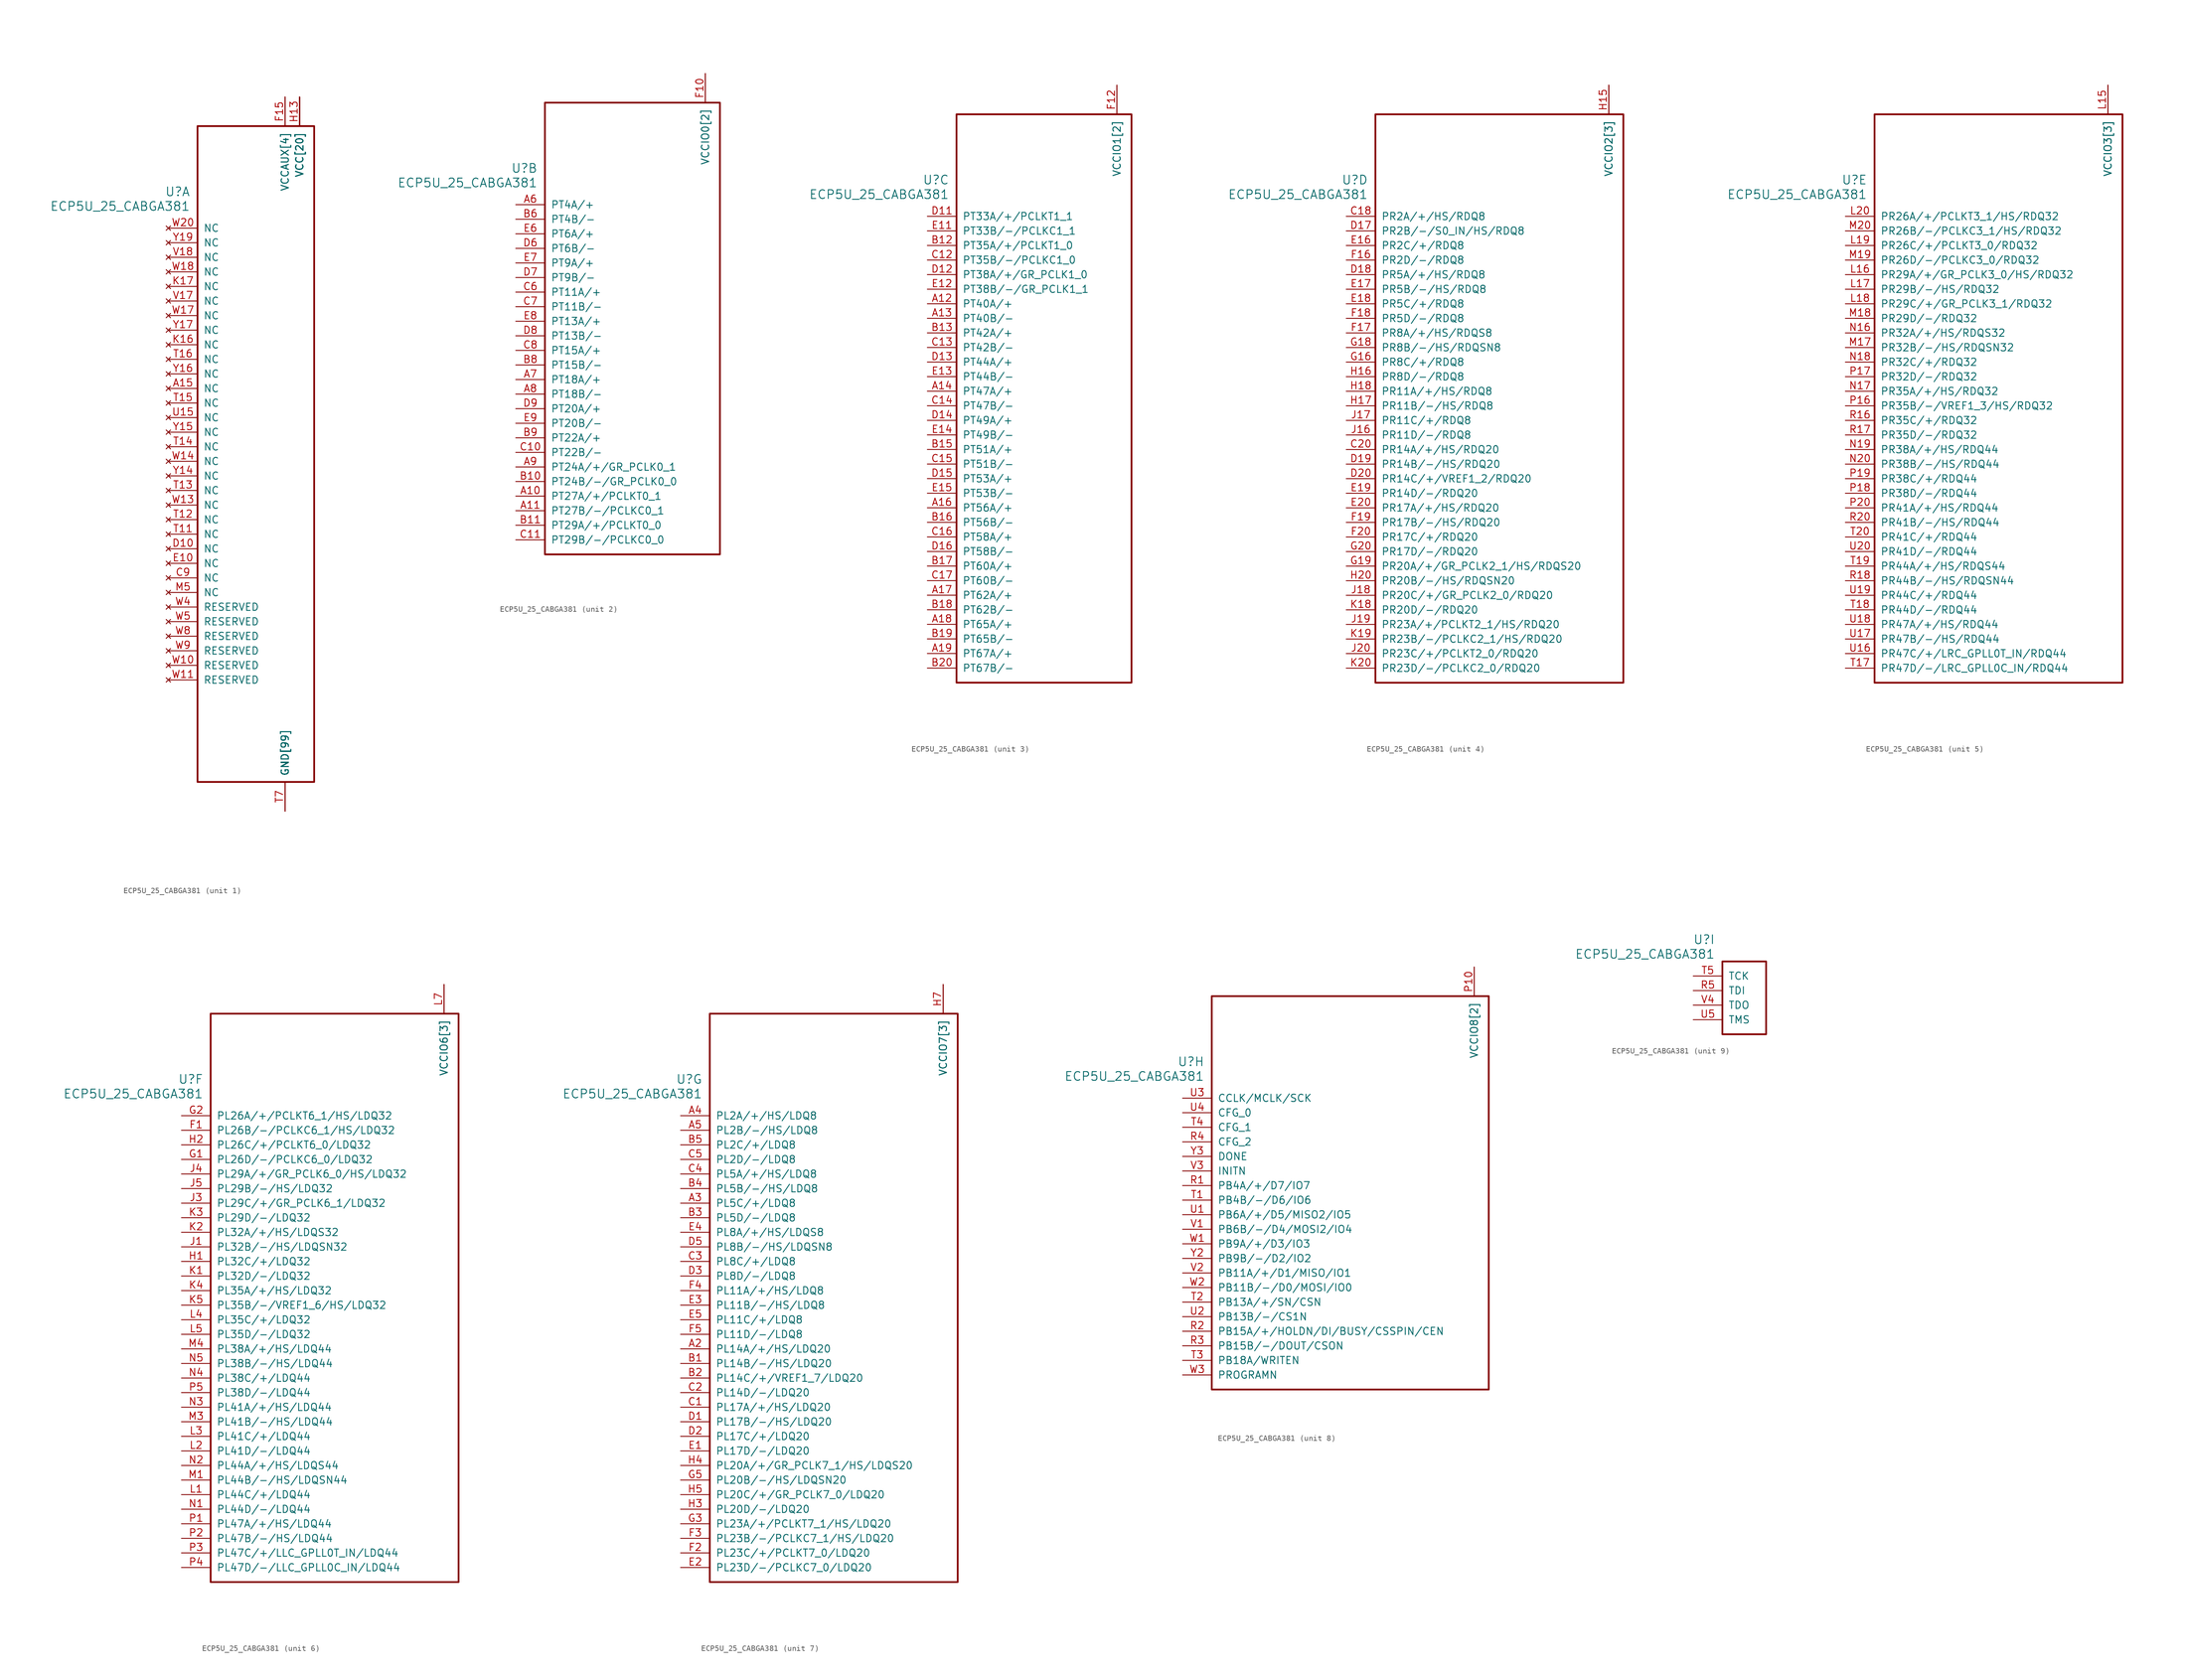
<source format=kicad_sym>
(kicad_symbol_lib
  (version 20231120)
  (generator "kicad_symbol_editor")
  (generator_version "8.0")
  (symbol "ECP5U_25_CABGA381"
    (pin_names
      (offset 1.016))
    (property "Reference" "U"
      (at 3.81 6.35 0)
      (effects (font (size 1.524 1.524)) (justify right)))
    (property "Value" "ECP5U_25_CABGA381"
      (at 3.81 3.81 0)
      (effects (font (size 1.524 1.524)) (justify right)))
    (property "ki_locked" ""
      (at 0 0 0)
      (effects (font (size 1.27 1.27))))
    (symbol "ECP5U_25_CABGA381_1_1"
      (rectangle (start 5.08 17.78) (end 25.4 -96.52) (stroke (width 0.305) (type default)) (fill (type none)))
      (pin no_connect line (at 0 -27.94 0) (length 5.08) (name "NC" (effects (font (size 1.27 1.27)))) (number "A15" (effects (font (size 1.27 1.27)))))
      (pin power_in line (at 20.32 -101.6 90) (length 5.08) (name "GND[99]" (effects (font (size 1.27 1.27)))) (number "B14" (effects (font (size 0 0)))))
      (pin power_in line (at 20.32 -101.6 90) (length 5.08) (name "GND[99]" (effects (font (size 1.27 1.27)))) (number "B7" (effects (font (size 0 0)))))
      (pin power_in line (at 20.32 -101.6 90) (length 5.08) (name "GND[99]" (effects (font (size 1.27 1.27)))) (number "C19" (effects (font (size 0 0)))))
      (pin no_connect line (at 0 -60.96 0) (length 5.08) (name "NC" (effects (font (size 1.27 1.27)))) (number "C9" (effects (font (size 1.27 1.27)))))
      (pin no_connect line (at 0 -55.88 0) (length 5.08) (name "NC" (effects (font (size 1.27 1.27)))) (number "D10" (effects (font (size 1.27 1.27)))))
      (pin power_in line (at 20.32 -101.6 90) (length 5.08) (name "GND[99]" (effects (font (size 1.27 1.27)))) (number "D4" (effects (font (size 0 0)))))
      (pin no_connect line (at 0 -58.42 0) (length 5.08) (name "NC" (effects (font (size 1.27 1.27)))) (number "E10" (effects (font (size 1.27 1.27)))))
      (pin power_in line (at 20.32 -101.6 90) (length 5.08) (name "GND[99]" (effects (font (size 1.27 1.27)))) (number "F13" (effects (font (size 0 0)))))
      (pin power_in line (at 20.32 -101.6 90) (length 5.08) (name "GND[99]" (effects (font (size 1.27 1.27)))) (number "F14" (effects (font (size 0 0)))))
      (pin power_in line (at 20.32 22.86 270) (length 5.08) (name "VCCAUX[4]" (effects (font (size 1.27 1.27)))) (number "F15" (effects (font (size 1.27 1.27)))))
      (pin power_in line (at 20.32 22.86 270) (length 5.08) (name "VCCAUX[4]" (effects (font (size 1.27 1.27)))) (number "F6" (effects (font (size 0 0)))))
      (pin power_in line (at 20.32 -101.6 90) (length 5.08) (name "GND[99]" (effects (font (size 1.27 1.27)))) (number "F7" (effects (font (size 0 0)))))
      (pin power_in line (at 20.32 -101.6 90) (length 5.08) (name "GND[99]" (effects (font (size 1.27 1.27)))) (number "F8" (effects (font (size 0 0)))))
      (pin power_in line (at 20.32 -101.6 90) (length 5.08) (name "GND[99]" (effects (font (size 1.27 1.27)))) (number "G10" (effects (font (size 0 0)))))
      (pin power_in line (at 20.32 -101.6 90) (length 5.08) (name "GND[99]" (effects (font (size 1.27 1.27)))) (number "G11" (effects (font (size 0 0)))))
      (pin power_in line (at 20.32 -101.6 90) (length 5.08) (name "GND[99]" (effects (font (size 1.27 1.27)))) (number "G12" (effects (font (size 0 0)))))
      (pin power_in line (at 20.32 -101.6 90) (length 5.08) (name "GND[99]" (effects (font (size 1.27 1.27)))) (number "G13" (effects (font (size 0 0)))))
      (pin power_in line (at 20.32 -101.6 90) (length 5.08) (name "GND[99]" (effects (font (size 1.27 1.27)))) (number "G14" (effects (font (size 0 0)))))
      (pin power_in line (at 20.32 -101.6 90) (length 5.08) (name "GND[99]" (effects (font (size 1.27 1.27)))) (number "G15" (effects (font (size 0 0)))))
      (pin power_in line (at 20.32 -101.6 90) (length 5.08) (name "GND[99]" (effects (font (size 1.27 1.27)))) (number "G17" (effects (font (size 0 0)))))
      (pin power_in line (at 20.32 -101.6 90) (length 5.08) (name "GND[99]" (effects (font (size 1.27 1.27)))) (number "G4" (effects (font (size 0 0)))))
      (pin power_in line (at 20.32 -101.6 90) (length 5.08) (name "GND[99]" (effects (font (size 1.27 1.27)))) (number "G6" (effects (font (size 0 0)))))
      (pin power_in line (at 20.32 -101.6 90) (length 5.08) (name "GND[99]" (effects (font (size 1.27 1.27)))) (number "G7" (effects (font (size 0 0)))))
      (pin power_in line (at 20.32 -101.6 90) (length 5.08) (name "GND[99]" (effects (font (size 1.27 1.27)))) (number "G8" (effects (font (size 0 0)))))
      (pin power_in line (at 20.32 -101.6 90) (length 5.08) (name "GND[99]" (effects (font (size 1.27 1.27)))) (number "G9" (effects (font (size 0 0)))))
      (pin power_in line (at 22.86 22.86 270) (length 5.08) (name "VCC[20]" (effects (font (size 1.27 1.27)))) (number "H10" (effects (font (size 0 0)))))
      (pin power_in line (at 22.86 22.86 270) (length 5.08) (name "VCC[20]" (effects (font (size 1.27 1.27)))) (number "H11" (effects (font (size 0 0)))))
      (pin power_in line (at 22.86 22.86 270) (length 5.08) (name "VCC[20]" (effects (font (size 1.27 1.27)))) (number "H12" (effects (font (size 0 0)))))
      (pin power_in line (at 22.86 22.86 270) (length 5.08) (name "VCC[20]" (effects (font (size 1.27 1.27)))) (number "H13" (effects (font (size 1.27 1.27)))))
      (pin power_in line (at 20.32 -101.6 90) (length 5.08) (name "GND[99]" (effects (font (size 1.27 1.27)))) (number "H19" (effects (font (size 0 0)))))
      (pin power_in line (at 22.86 22.86 270) (length 5.08) (name "VCC[20]" (effects (font (size 1.27 1.27)))) (number "H8" (effects (font (size 0 0)))))
      (pin power_in line (at 22.86 22.86 270) (length 5.08) (name "VCC[20]" (effects (font (size 1.27 1.27)))) (number "H9" (effects (font (size 0 0)))))
      (pin power_in line (at 20.32 -101.6 90) (length 5.08) (name "GND[99]" (effects (font (size 1.27 1.27)))) (number "J10" (effects (font (size 0 0)))))
      (pin power_in line (at 20.32 -101.6 90) (length 5.08) (name "GND[99]" (effects (font (size 1.27 1.27)))) (number "J11" (effects (font (size 0 0)))))
      (pin power_in line (at 20.32 -101.6 90) (length 5.08) (name "GND[99]" (effects (font (size 1.27 1.27)))) (number "J12" (effects (font (size 0 0)))))
      (pin power_in line (at 22.86 22.86 270) (length 5.08) (name "VCC[20]" (effects (font (size 1.27 1.27)))) (number "J13" (effects (font (size 0 0)))))
      (pin power_in line (at 20.32 -101.6 90) (length 5.08) (name "GND[99]" (effects (font (size 1.27 1.27)))) (number "J14" (effects (font (size 0 0)))))
      (pin power_in line (at 20.32 -101.6 90) (length 5.08) (name "GND[99]" (effects (font (size 1.27 1.27)))) (number "J2" (effects (font (size 0 0)))))
      (pin power_in line (at 20.32 -101.6 90) (length 5.08) (name "GND[99]" (effects (font (size 1.27 1.27)))) (number "J7" (effects (font (size 0 0)))))
      (pin power_in line (at 22.86 22.86 270) (length 5.08) (name "VCC[20]" (effects (font (size 1.27 1.27)))) (number "J8" (effects (font (size 0 0)))))
      (pin power_in line (at 20.32 -101.6 90) (length 5.08) (name "GND[99]" (effects (font (size 1.27 1.27)))) (number "J9" (effects (font (size 0 0)))))
      (pin power_in line (at 20.32 -101.6 90) (length 5.08) (name "GND[99]" (effects (font (size 1.27 1.27)))) (number "K10" (effects (font (size 0 0)))))
      (pin power_in line (at 20.32 -101.6 90) (length 5.08) (name "GND[99]" (effects (font (size 1.27 1.27)))) (number "K11" (effects (font (size 0 0)))))
      (pin power_in line (at 20.32 -101.6 90) (length 5.08) (name "GND[99]" (effects (font (size 1.27 1.27)))) (number "K12" (effects (font (size 0 0)))))
      (pin power_in line (at 22.86 22.86 270) (length 5.08) (name "VCC[20]" (effects (font (size 1.27 1.27)))) (number "K13" (effects (font (size 0 0)))))
      (pin power_in line (at 20.32 -101.6 90) (length 5.08) (name "GND[99]" (effects (font (size 1.27 1.27)))) (number "K14" (effects (font (size 0 0)))))
      (pin power_in line (at 20.32 -101.6 90) (length 5.08) (name "GND[99]" (effects (font (size 1.27 1.27)))) (number "K15" (effects (font (size 0 0)))))
      (pin no_connect line (at 0 -20.32 0) (length 5.08) (name "NC" (effects (font (size 1.27 1.27)))) (number "K16" (effects (font (size 1.27 1.27)))))
      (pin no_connect line (at 0 -10.16 0) (length 5.08) (name "NC" (effects (font (size 1.27 1.27)))) (number "K17" (effects (font (size 1.27 1.27)))))
      (pin power_in line (at 20.32 -101.6 90) (length 5.08) (name "GND[99]" (effects (font (size 1.27 1.27)))) (number "K6" (effects (font (size 0 0)))))
      (pin power_in line (at 20.32 -101.6 90) (length 5.08) (name "GND[99]" (effects (font (size 1.27 1.27)))) (number "K7" (effects (font (size 0 0)))))
      (pin power_in line (at 22.86 22.86 270) (length 5.08) (name "VCC[20]" (effects (font (size 1.27 1.27)))) (number "K8" (effects (font (size 0 0)))))
      (pin power_in line (at 20.32 -101.6 90) (length 5.08) (name "GND[99]" (effects (font (size 1.27 1.27)))) (number "K9" (effects (font (size 0 0)))))
      (pin power_in line (at 20.32 -101.6 90) (length 5.08) (name "GND[99]" (effects (font (size 1.27 1.27)))) (number "L10" (effects (font (size 0 0)))))
      (pin power_in line (at 20.32 -101.6 90) (length 5.08) (name "GND[99]" (effects (font (size 1.27 1.27)))) (number "L11" (effects (font (size 0 0)))))
      (pin power_in line (at 20.32 -101.6 90) (length 5.08) (name "GND[99]" (effects (font (size 1.27 1.27)))) (number "L12" (effects (font (size 0 0)))))
      (pin power_in line (at 22.86 22.86 270) (length 5.08) (name "VCC[20]" (effects (font (size 1.27 1.27)))) (number "L13" (effects (font (size 0 0)))))
      (pin power_in line (at 22.86 22.86 270) (length 5.08) (name "VCC[20]" (effects (font (size 1.27 1.27)))) (number "L8" (effects (font (size 0 0)))))
      (pin power_in line (at 20.32 -101.6 90) (length 5.08) (name "GND[99]" (effects (font (size 1.27 1.27)))) (number "L9" (effects (font (size 0 0)))))
      (pin power_in line (at 20.32 -101.6 90) (length 5.08) (name "GND[99]" (effects (font (size 1.27 1.27)))) (number "M10" (effects (font (size 0 0)))))
      (pin power_in line (at 20.32 -101.6 90) (length 5.08) (name "GND[99]" (effects (font (size 1.27 1.27)))) (number "M11" (effects (font (size 0 0)))))
      (pin power_in line (at 20.32 -101.6 90) (length 5.08) (name "GND[99]" (effects (font (size 1.27 1.27)))) (number "M12" (effects (font (size 0 0)))))
      (pin power_in line (at 22.86 22.86 270) (length 5.08) (name "VCC[20]" (effects (font (size 1.27 1.27)))) (number "M13" (effects (font (size 0 0)))))
      (pin power_in line (at 20.32 -101.6 90) (length 5.08) (name "GND[99]" (effects (font (size 1.27 1.27)))) (number "M14" (effects (font (size 0 0)))))
      (pin power_in line (at 20.32 -101.6 90) (length 5.08) (name "GND[99]" (effects (font (size 1.27 1.27)))) (number "M16" (effects (font (size 0 0)))))
      (pin power_in line (at 20.32 -101.6 90) (length 5.08) (name "GND[99]" (effects (font (size 1.27 1.27)))) (number "M2" (effects (font (size 0 0)))))
      (pin no_connect line (at 0 -63.5 0) (length 5.08) (name "NC" (effects (font (size 1.27 1.27)))) (number "M5" (effects (font (size 1.27 1.27)))))
      (pin power_in line (at 20.32 -101.6 90) (length 5.08) (name "GND[99]" (effects (font (size 1.27 1.27)))) (number "M7" (effects (font (size 0 0)))))
      (pin power_in line (at 22.86 22.86 270) (length 5.08) (name "VCC[20]" (effects (font (size 1.27 1.27)))) (number "M8" (effects (font (size 0 0)))))
      (pin power_in line (at 20.32 -101.6 90) (length 5.08) (name "GND[99]" (effects (font (size 1.27 1.27)))) (number "M9" (effects (font (size 0 0)))))
      (pin power_in line (at 22.86 22.86 270) (length 5.08) (name "VCC[20]" (effects (font (size 1.27 1.27)))) (number "N10" (effects (font (size 0 0)))))
      (pin power_in line (at 22.86 22.86 270) (length 5.08) (name "VCC[20]" (effects (font (size 1.27 1.27)))) (number "N11" (effects (font (size 0 0)))))
      (pin power_in line (at 22.86 22.86 270) (length 5.08) (name "VCC[20]" (effects (font (size 1.27 1.27)))) (number "N12" (effects (font (size 0 0)))))
      (pin power_in line (at 22.86 22.86 270) (length 5.08) (name "VCC[20]" (effects (font (size 1.27 1.27)))) (number "N13" (effects (font (size 0 0)))))
      (pin power_in line (at 20.32 -101.6 90) (length 5.08) (name "GND[99]" (effects (font (size 1.27 1.27)))) (number "N14" (effects (font (size 0 0)))))
      (pin power_in line (at 20.32 -101.6 90) (length 5.08) (name "GND[99]" (effects (font (size 1.27 1.27)))) (number "N15" (effects (font (size 0 0)))))
      (pin power_in line (at 20.32 -101.6 90) (length 5.08) (name "GND[99]" (effects (font (size 1.27 1.27)))) (number "N6" (effects (font (size 0 0)))))
      (pin power_in line (at 20.32 -101.6 90) (length 5.08) (name "GND[99]" (effects (font (size 1.27 1.27)))) (number "N7" (effects (font (size 0 0)))))
      (pin power_in line (at 22.86 22.86 270) (length 5.08) (name "VCC[20]" (effects (font (size 1.27 1.27)))) (number "N8" (effects (font (size 0 0)))))
      (pin power_in line (at 22.86 22.86 270) (length 5.08) (name "VCC[20]" (effects (font (size 1.27 1.27)))) (number "N9" (effects (font (size 0 0)))))
      (pin power_in line (at 20.32 -101.6 90) (length 5.08) (name "GND[99]" (effects (font (size 1.27 1.27)))) (number "P11" (effects (font (size 0 0)))))
      (pin power_in line (at 20.32 -101.6 90) (length 5.08) (name "GND[99]" (effects (font (size 1.27 1.27)))) (number "P12" (effects (font (size 0 0)))))
      (pin power_in line (at 20.32 -101.6 90) (length 5.08) (name "GND[99]" (effects (font (size 1.27 1.27)))) (number "P13" (effects (font (size 0 0)))))
      (pin power_in line (at 20.32 -101.6 90) (length 5.08) (name "GND[99]" (effects (font (size 1.27 1.27)))) (number "P14" (effects (font (size 0 0)))))
      (pin power_in line (at 20.32 22.86 270) (length 5.08) (name "VCCAUX[4]" (effects (font (size 1.27 1.27)))) (number "P15" (effects (font (size 0 0)))))
      (pin power_in line (at 20.32 22.86 270) (length 5.08) (name "VCCAUX[4]" (effects (font (size 1.27 1.27)))) (number "P6" (effects (font (size 0 0)))))
      (pin power_in line (at 20.32 -101.6 90) (length 5.08) (name "GND[99]" (effects (font (size 1.27 1.27)))) (number "P7" (effects (font (size 0 0)))))
      (pin power_in line (at 20.32 -101.6 90) (length 5.08) (name "GND[99]" (effects (font (size 1.27 1.27)))) (number "P8" (effects (font (size 0 0)))))
      (pin power_in line (at 20.32 -101.6 90) (length 5.08) (name "GND[99]" (effects (font (size 1.27 1.27)))) (number "R19" (effects (font (size 0 0)))))
      (pin power_in line (at 20.32 -101.6 90) (length 5.08) (name "GND[99]" (effects (font (size 1.27 1.27)))) (number "T10" (effects (font (size 0 0)))))
      (pin no_connect line (at 0 -53.34 0) (length 5.08) (name "NC" (effects (font (size 1.27 1.27)))) (number "T11" (effects (font (size 1.27 1.27)))))
      (pin no_connect line (at 0 -50.8 0) (length 5.08) (name "NC" (effects (font (size 1.27 1.27)))) (number "T12" (effects (font (size 1.27 1.27)))))
      (pin no_connect line (at 0 -45.72 0) (length 5.08) (name "NC" (effects (font (size 1.27 1.27)))) (number "T13" (effects (font (size 1.27 1.27)))))
      (pin no_connect line (at 0 -38.1 0) (length 5.08) (name "NC" (effects (font (size 1.27 1.27)))) (number "T14" (effects (font (size 1.27 1.27)))))
      (pin no_connect line (at 0 -30.48 0) (length 5.08) (name "NC" (effects (font (size 1.27 1.27)))) (number "T15" (effects (font (size 1.27 1.27)))))
      (pin no_connect line (at 0 -22.86 0) (length 5.08) (name "NC" (effects (font (size 1.27 1.27)))) (number "T16" (effects (font (size 1.27 1.27)))))
      (pin power_in line (at 20.32 -101.6 90) (length 5.08) (name "GND[99]" (effects (font (size 1.27 1.27)))) (number "T6" (effects (font (size 0 0)))))
      (pin power_in line (at 20.32 -101.6 90) (length 5.08) (name "GND[99]" (effects (font (size 1.27 1.27)))) (number "T7" (effects (font (size 1.27 1.27)))))
      (pin power_in line (at 20.32 -101.6 90) (length 5.08) (name "GND[99]" (effects (font (size 1.27 1.27)))) (number "T8" (effects (font (size 0 0)))))
      (pin power_in line (at 20.32 -101.6 90) (length 5.08) (name "GND[99]" (effects (font (size 1.27 1.27)))) (number "T9" (effects (font (size 0 0)))))
      (pin power_in line (at 20.32 -101.6 90) (length 5.08) (name "GND[99]" (effects (font (size 1.27 1.27)))) (number "U10" (effects (font (size 0 0)))))
      (pin power_in line (at 20.32 -101.6 90) (length 5.08) (name "GND[99]" (effects (font (size 1.27 1.27)))) (number "U11" (effects (font (size 0 0)))))
      (pin power_in line (at 20.32 -101.6 90) (length 5.08) (name "GND[99]" (effects (font (size 1.27 1.27)))) (number "U12" (effects (font (size 0 0)))))
      (pin power_in line (at 20.32 -101.6 90) (length 5.08) (name "GND[99]" (effects (font (size 1.27 1.27)))) (number "U13" (effects (font (size 0 0)))))
      (pin power_in line (at 20.32 -101.6 90) (length 5.08) (name "GND[99]" (effects (font (size 1.27 1.27)))) (number "U14" (effects (font (size 0 0)))))
      (pin no_connect line (at 0 -33.02 0) (length 5.08) (name "NC" (effects (font (size 1.27 1.27)))) (number "U15" (effects (font (size 1.27 1.27)))))
      (pin power_in line (at 20.32 -101.6 90) (length 5.08) (name "GND[99]" (effects (font (size 1.27 1.27)))) (number "U6" (effects (font (size 0 0)))))
      (pin power_in line (at 20.32 -101.6 90) (length 5.08) (name "GND[99]" (effects (font (size 1.27 1.27)))) (number "U7" (effects (font (size 0 0)))))
      (pin power_in line (at 20.32 -101.6 90) (length 5.08) (name "GND[99]" (effects (font (size 1.27 1.27)))) (number "U8" (effects (font (size 0 0)))))
      (pin power_in line (at 20.32 -101.6 90) (length 5.08) (name "GND[99]" (effects (font (size 1.27 1.27)))) (number "U9" (effects (font (size 0 0)))))
      (pin power_in line (at 20.32 -101.6 90) (length 5.08) (name "GND[99]" (effects (font (size 1.27 1.27)))) (number "V10" (effects (font (size 0 0)))))
      (pin power_in line (at 20.32 -101.6 90) (length 5.08) (name "GND[99]" (effects (font (size 1.27 1.27)))) (number "V11" (effects (font (size 0 0)))))
      (pin power_in line (at 20.32 -101.6 90) (length 5.08) (name "GND[99]" (effects (font (size 1.27 1.27)))) (number "V12" (effects (font (size 0 0)))))
      (pin power_in line (at 20.32 -101.6 90) (length 5.08) (name "GND[99]" (effects (font (size 1.27 1.27)))) (number "V13" (effects (font (size 0 0)))))
      (pin power_in line (at 20.32 -101.6 90) (length 5.08) (name "GND[99]" (effects (font (size 1.27 1.27)))) (number "V14" (effects (font (size 0 0)))))
      (pin power_in line (at 20.32 -101.6 90) (length 5.08) (name "GND[99]" (effects (font (size 1.27 1.27)))) (number "V15" (effects (font (size 0 0)))))
      (pin power_in line (at 20.32 -101.6 90) (length 5.08) (name "GND[99]" (effects (font (size 1.27 1.27)))) (number "V16" (effects (font (size 0 0)))))
      (pin no_connect line (at 0 -12.7 0) (length 5.08) (name "NC" (effects (font (size 1.27 1.27)))) (number "V17" (effects (font (size 1.27 1.27)))))
      (pin no_connect line (at 0 -5.08 0) (length 5.08) (name "NC" (effects (font (size 1.27 1.27)))) (number "V18" (effects (font (size 1.27 1.27)))))
      (pin power_in line (at 20.32 -101.6 90) (length 5.08) (name "GND[99]" (effects (font (size 1.27 1.27)))) (number "V19" (effects (font (size 0 0)))))
      (pin power_in line (at 20.32 -101.6 90) (length 5.08) (name "GND[99]" (effects (font (size 1.27 1.27)))) (number "V20" (effects (font (size 0 0)))))
      (pin power_in line (at 20.32 -101.6 90) (length 5.08) (name "GND[99]" (effects (font (size 1.27 1.27)))) (number "V5" (effects (font (size 0 0)))))
      (pin power_in line (at 20.32 -101.6 90) (length 5.08) (name "GND[99]" (effects (font (size 1.27 1.27)))) (number "V6" (effects (font (size 0 0)))))
      (pin power_in line (at 20.32 -101.6 90) (length 5.08) (name "GND[99]" (effects (font (size 1.27 1.27)))) (number "V7" (effects (font (size 0 0)))))
      (pin power_in line (at 20.32 -101.6 90) (length 5.08) (name "GND[99]" (effects (font (size 1.27 1.27)))) (number "V8" (effects (font (size 0 0)))))
      (pin power_in line (at 20.32 -101.6 90) (length 5.08) (name "GND[99]" (effects (font (size 1.27 1.27)))) (number "V9" (effects (font (size 0 0)))))
      (pin no_connect line (at 0 -76.2 0) (length 5.08) (name "RESERVED" (effects (font (size 1.27 1.27)))) (number "W10" (effects (font (size 1.27 1.27)))))
      (pin no_connect line (at 0 -78.74 0) (length 5.08) (name "RESERVED" (effects (font (size 1.27 1.27)))) (number "W11" (effects (font (size 1.27 1.27)))))
      (pin power_in line (at 20.32 -101.6 90) (length 5.08) (name "GND[99]" (effects (font (size 1.27 1.27)))) (number "W12" (effects (font (size 0 0)))))
      (pin no_connect line (at 0 -48.26 0) (length 5.08) (name "NC" (effects (font (size 1.27 1.27)))) (number "W13" (effects (font (size 1.27 1.27)))))
      (pin no_connect line (at 0 -40.64 0) (length 5.08) (name "NC" (effects (font (size 1.27 1.27)))) (number "W14" (effects (font (size 1.27 1.27)))))
      (pin power_in line (at 20.32 -101.6 90) (length 5.08) (name "GND[99]" (effects (font (size 1.27 1.27)))) (number "W15" (effects (font (size 0 0)))))
      (pin power_in line (at 20.32 -101.6 90) (length 5.08) (name "GND[99]" (effects (font (size 1.27 1.27)))) (number "W16" (effects (font (size 0 0)))))
      (pin no_connect line (at 0 -15.24 0) (length 5.08) (name "NC" (effects (font (size 1.27 1.27)))) (number "W17" (effects (font (size 1.27 1.27)))))
      (pin no_connect line (at 0 -7.62 0) (length 5.08) (name "NC" (effects (font (size 1.27 1.27)))) (number "W18" (effects (font (size 1.27 1.27)))))
      (pin power_in line (at 20.32 -101.6 90) (length 5.08) (name "GND[99]" (effects (font (size 1.27 1.27)))) (number "W19" (effects (font (size 0 0)))))
      (pin no_connect line (at 0 0 0) (length 5.08) (name "NC" (effects (font (size 1.27 1.27)))) (number "W20" (effects (font (size 1.27 1.27)))))
      (pin no_connect line (at 0 -66.04 0) (length 5.08) (name "RESERVED" (effects (font (size 1.27 1.27)))) (number "W4" (effects (font (size 1.27 1.27)))))
      (pin no_connect line (at 0 -68.58 0) (length 5.08) (name "RESERVED" (effects (font (size 1.27 1.27)))) (number "W5" (effects (font (size 1.27 1.27)))))
      (pin power_in line (at 20.32 -101.6 90) (length 5.08) (name "GND[99]" (effects (font (size 1.27 1.27)))) (number "W6" (effects (font (size 0 0)))))
      (pin power_in line (at 20.32 -101.6 90) (length 5.08) (name "GND[99]" (effects (font (size 1.27 1.27)))) (number "W7" (effects (font (size 0 0)))))
      (pin no_connect line (at 0 -71.12 0) (length 5.08) (name "RESERVED" (effects (font (size 1.27 1.27)))) (number "W8" (effects (font (size 1.27 1.27)))))
      (pin no_connect line (at 0 -73.66 0) (length 5.08) (name "RESERVED" (effects (font (size 1.27 1.27)))) (number "W9" (effects (font (size 1.27 1.27)))))
      (pin power_in line (at 20.32 -101.6 90) (length 5.08) (name "GND[99]" (effects (font (size 1.27 1.27)))) (number "Y11" (effects (font (size 0 0)))))
      (pin power_in line (at 20.32 -101.6 90) (length 5.08) (name "GND[99]" (effects (font (size 1.27 1.27)))) (number "Y12" (effects (font (size 0 0)))))
      (pin no_connect line (at 0 -43.18 0) (length 5.08) (name "NC" (effects (font (size 1.27 1.27)))) (number "Y14" (effects (font (size 1.27 1.27)))))
      (pin no_connect line (at 0 -35.56 0) (length 5.08) (name "NC" (effects (font (size 1.27 1.27)))) (number "Y15" (effects (font (size 1.27 1.27)))))
      (pin no_connect line (at 0 -25.4 0) (length 5.08) (name "NC" (effects (font (size 1.27 1.27)))) (number "Y16" (effects (font (size 1.27 1.27)))))
      (pin no_connect line (at 0 -17.78 0) (length 5.08) (name "NC" (effects (font (size 1.27 1.27)))) (number "Y17" (effects (font (size 1.27 1.27)))))
      (pin no_connect line (at 0 -2.54 0) (length 5.08) (name "NC" (effects (font (size 1.27 1.27)))) (number "Y19" (effects (font (size 1.27 1.27)))))
      (pin power_in line (at 20.32 -101.6 90) (length 5.08) (name "GND[99]" (effects (font (size 1.27 1.27)))) (number "Y5" (effects (font (size 0 0)))))
      (pin power_in line (at 20.32 -101.6 90) (length 5.08) (name "GND[99]" (effects (font (size 1.27 1.27)))) (number "Y6" (effects (font (size 0 0)))))
      (pin power_in line (at 20.32 -101.6 90) (length 5.08) (name "GND[99]" (effects (font (size 1.27 1.27)))) (number "Y7" (effects (font (size 0 0)))))
      (pin power_in line (at 20.32 -101.6 90) (length 5.08) (name "GND[99]" (effects (font (size 1.27 1.27)))) (number "Y8" (effects (font (size 0 0))))))
    (symbol "ECP5U_25_CABGA381_2_1"
      (rectangle (start 5.08 17.78) (end 35.56 -60.96) (stroke (width 0.305) (type default)) (fill (type none)))
      (pin bidirectional line (at 0 -50.8 0) (length 5.08) (name "PT27A/+/PCLKT0_1" (effects (font (size 1.27 1.27)))) (number "A10" (effects (font (size 1.27 1.27)))))
      (pin bidirectional line (at 0 -53.34 0) (length 5.08) (name "PT27B/-/PCLKC0_1" (effects (font (size 1.27 1.27)))) (number "A11" (effects (font (size 1.27 1.27)))))
      (pin bidirectional line (at 0 0 0) (length 5.08) (name "PT4A/+" (effects (font (size 1.27 1.27)))) (number "A6" (effects (font (size 1.27 1.27)))))
      (pin bidirectional line (at 0 -30.48 0) (length 5.08) (name "PT18A/+" (effects (font (size 1.27 1.27)))) (number "A7" (effects (font (size 1.27 1.27)))))
      (pin bidirectional line (at 0 -33.02 0) (length 5.08) (name "PT18B/-" (effects (font (size 1.27 1.27)))) (number "A8" (effects (font (size 1.27 1.27)))))
      (pin bidirectional line (at 0 -45.72 0) (length 5.08) (name "PT24A/+/GR_PCLK0_1" (effects (font (size 1.27 1.27)))) (number "A9" (effects (font (size 1.27 1.27)))))
      (pin bidirectional line (at 0 -48.26 0) (length 5.08) (name "PT24B/-/GR_PCLK0_0" (effects (font (size 1.27 1.27)))) (number "B10" (effects (font (size 1.27 1.27)))))
      (pin bidirectional line (at 0 -55.88 0) (length 5.08) (name "PT29A/+/PCLKT0_0" (effects (font (size 1.27 1.27)))) (number "B11" (effects (font (size 1.27 1.27)))))
      (pin bidirectional line (at 0 -2.54 0) (length 5.08) (name "PT4B/-" (effects (font (size 1.27 1.27)))) (number "B6" (effects (font (size 1.27 1.27)))))
      (pin bidirectional line (at 0 -27.94 0) (length 5.08) (name "PT15B/-" (effects (font (size 1.27 1.27)))) (number "B8" (effects (font (size 1.27 1.27)))))
      (pin bidirectional line (at 0 -40.64 0) (length 5.08) (name "PT22A/+" (effects (font (size 1.27 1.27)))) (number "B9" (effects (font (size 1.27 1.27)))))
      (pin bidirectional line (at 0 -43.18 0) (length 5.08) (name "PT22B/-" (effects (font (size 1.27 1.27)))) (number "C10" (effects (font (size 1.27 1.27)))))
      (pin bidirectional line (at 0 -58.42 0) (length 5.08) (name "PT29B/-/PCLKC0_0" (effects (font (size 1.27 1.27)))) (number "C11" (effects (font (size 1.27 1.27)))))
      (pin bidirectional line (at 0 -15.24 0) (length 5.08) (name "PT11A/+" (effects (font (size 1.27 1.27)))) (number "C6" (effects (font (size 1.27 1.27)))))
      (pin bidirectional line (at 0 -17.78 0) (length 5.08) (name "PT11B/-" (effects (font (size 1.27 1.27)))) (number "C7" (effects (font (size 1.27 1.27)))))
      (pin bidirectional line (at 0 -25.4 0) (length 5.08) (name "PT15A/+" (effects (font (size 1.27 1.27)))) (number "C8" (effects (font (size 1.27 1.27)))))
      (pin bidirectional line (at 0 -7.62 0) (length 5.08) (name "PT6B/-" (effects (font (size 1.27 1.27)))) (number "D6" (effects (font (size 1.27 1.27)))))
      (pin bidirectional line (at 0 -12.7 0) (length 5.08) (name "PT9B/-" (effects (font (size 1.27 1.27)))) (number "D7" (effects (font (size 1.27 1.27)))))
      (pin bidirectional line (at 0 -22.86 0) (length 5.08) (name "PT13B/-" (effects (font (size 1.27 1.27)))) (number "D8" (effects (font (size 1.27 1.27)))))
      (pin bidirectional line (at 0 -35.56 0) (length 5.08) (name "PT20A/+" (effects (font (size 1.27 1.27)))) (number "D9" (effects (font (size 1.27 1.27)))))
      (pin bidirectional line (at 0 -5.08 0) (length 5.08) (name "PT6A/+" (effects (font (size 1.27 1.27)))) (number "E6" (effects (font (size 1.27 1.27)))))
      (pin bidirectional line (at 0 -10.16 0) (length 5.08) (name "PT9A/+" (effects (font (size 1.27 1.27)))) (number "E7" (effects (font (size 1.27 1.27)))))
      (pin bidirectional line (at 0 -20.32 0) (length 5.08) (name "PT13A/+" (effects (font (size 1.27 1.27)))) (number "E8" (effects (font (size 1.27 1.27)))))
      (pin bidirectional line (at 0 -38.1 0) (length 5.08) (name "PT20B/-" (effects (font (size 1.27 1.27)))) (number "E9" (effects (font (size 1.27 1.27)))))
      (pin power_in line (at 33.02 22.86 270) (length 5.08) (name "VCCIO0[2]" (effects (font (size 1.27 1.27)))) (number "F10" (effects (font (size 1.27 1.27)))))
      (pin power_in line (at 33.02 22.86 270) (length 5.08) (name "VCCIO0[2]" (effects (font (size 1.27 1.27)))) (number "F9" (effects (font (size 0 0))))))
    (symbol "ECP5U_25_CABGA381_3_1"
      (rectangle (start 5.08 17.78) (end 35.56 -81.28) (stroke (width 0.305) (type default)) (fill (type none)))
      (pin bidirectional line (at 0 -15.24 0) (length 5.08) (name "PT40A/+" (effects (font (size 1.27 1.27)))) (number "A12" (effects (font (size 1.27 1.27)))))
      (pin bidirectional line (at 0 -17.78 0) (length 5.08) (name "PT40B/-" (effects (font (size 1.27 1.27)))) (number "A13" (effects (font (size 1.27 1.27)))))
      (pin bidirectional line (at 0 -30.48 0) (length 5.08) (name "PT47A/+" (effects (font (size 1.27 1.27)))) (number "A14" (effects (font (size 1.27 1.27)))))
      (pin bidirectional line (at 0 -50.8 0) (length 5.08) (name "PT56A/+" (effects (font (size 1.27 1.27)))) (number "A16" (effects (font (size 1.27 1.27)))))
      (pin bidirectional line (at 0 -66.04 0) (length 5.08) (name "PT62A/+" (effects (font (size 1.27 1.27)))) (number "A17" (effects (font (size 1.27 1.27)))))
      (pin bidirectional line (at 0 -71.12 0) (length 5.08) (name "PT65A/+" (effects (font (size 1.27 1.27)))) (number "A18" (effects (font (size 1.27 1.27)))))
      (pin bidirectional line (at 0 -76.2 0) (length 5.08) (name "PT67A/+" (effects (font (size 1.27 1.27)))) (number "A19" (effects (font (size 1.27 1.27)))))
      (pin bidirectional line (at 0 -5.08 0) (length 5.08) (name "PT35A/+/PCLKT1_0" (effects (font (size 1.27 1.27)))) (number "B12" (effects (font (size 1.27 1.27)))))
      (pin bidirectional line (at 0 -20.32 0) (length 5.08) (name "PT42A/+" (effects (font (size 1.27 1.27)))) (number "B13" (effects (font (size 1.27 1.27)))))
      (pin bidirectional line (at 0 -40.64 0) (length 5.08) (name "PT51A/+" (effects (font (size 1.27 1.27)))) (number "B15" (effects (font (size 1.27 1.27)))))
      (pin bidirectional line (at 0 -53.34 0) (length 5.08) (name "PT56B/-" (effects (font (size 1.27 1.27)))) (number "B16" (effects (font (size 1.27 1.27)))))
      (pin bidirectional line (at 0 -60.96 0) (length 5.08) (name "PT60A/+" (effects (font (size 1.27 1.27)))) (number "B17" (effects (font (size 1.27 1.27)))))
      (pin bidirectional line (at 0 -68.58 0) (length 5.08) (name "PT62B/-" (effects (font (size 1.27 1.27)))) (number "B18" (effects (font (size 1.27 1.27)))))
      (pin bidirectional line (at 0 -73.66 0) (length 5.08) (name "PT65B/-" (effects (font (size 1.27 1.27)))) (number "B19" (effects (font (size 1.27 1.27)))))
      (pin bidirectional line (at 0 -78.74 0) (length 5.08) (name "PT67B/-" (effects (font (size 1.27 1.27)))) (number "B20" (effects (font (size 1.27 1.27)))))
      (pin bidirectional line (at 0 -7.62 0) (length 5.08) (name "PT35B/-/PCLKC1_0" (effects (font (size 1.27 1.27)))) (number "C12" (effects (font (size 1.27 1.27)))))
      (pin bidirectional line (at 0 -22.86 0) (length 5.08) (name "PT42B/-" (effects (font (size 1.27 1.27)))) (number "C13" (effects (font (size 1.27 1.27)))))
      (pin bidirectional line (at 0 -33.02 0) (length 5.08) (name "PT47B/-" (effects (font (size 1.27 1.27)))) (number "C14" (effects (font (size 1.27 1.27)))))
      (pin bidirectional line (at 0 -43.18 0) (length 5.08) (name "PT51B/-" (effects (font (size 1.27 1.27)))) (number "C15" (effects (font (size 1.27 1.27)))))
      (pin bidirectional line (at 0 -55.88 0) (length 5.08) (name "PT58A/+" (effects (font (size 1.27 1.27)))) (number "C16" (effects (font (size 1.27 1.27)))))
      (pin bidirectional line (at 0 -63.5 0) (length 5.08) (name "PT60B/-" (effects (font (size 1.27 1.27)))) (number "C17" (effects (font (size 1.27 1.27)))))
      (pin bidirectional line (at 0 0 0) (length 5.08) (name "PT33A/+/PCLKT1_1" (effects (font (size 1.27 1.27)))) (number "D11" (effects (font (size 1.27 1.27)))))
      (pin bidirectional line (at 0 -10.16 0) (length 5.08) (name "PT38A/+/GR_PCLK1_0" (effects (font (size 1.27 1.27)))) (number "D12" (effects (font (size 1.27 1.27)))))
      (pin bidirectional line (at 0 -25.4 0) (length 5.08) (name "PT44A/+" (effects (font (size 1.27 1.27)))) (number "D13" (effects (font (size 1.27 1.27)))))
      (pin bidirectional line (at 0 -35.56 0) (length 5.08) (name "PT49A/+" (effects (font (size 1.27 1.27)))) (number "D14" (effects (font (size 1.27 1.27)))))
      (pin bidirectional line (at 0 -45.72 0) (length 5.08) (name "PT53A/+" (effects (font (size 1.27 1.27)))) (number "D15" (effects (font (size 1.27 1.27)))))
      (pin bidirectional line (at 0 -58.42 0) (length 5.08) (name "PT58B/-" (effects (font (size 1.27 1.27)))) (number "D16" (effects (font (size 1.27 1.27)))))
      (pin bidirectional line (at 0 -2.54 0) (length 5.08) (name "PT33B/-/PCLKC1_1" (effects (font (size 1.27 1.27)))) (number "E11" (effects (font (size 1.27 1.27)))))
      (pin bidirectional line (at 0 -12.7 0) (length 5.08) (name "PT38B/-/GR_PCLK1_1" (effects (font (size 1.27 1.27)))) (number "E12" (effects (font (size 1.27 1.27)))))
      (pin bidirectional line (at 0 -27.94 0) (length 5.08) (name "PT44B/-" (effects (font (size 1.27 1.27)))) (number "E13" (effects (font (size 1.27 1.27)))))
      (pin bidirectional line (at 0 -38.1 0) (length 5.08) (name "PT49B/-" (effects (font (size 1.27 1.27)))) (number "E14" (effects (font (size 1.27 1.27)))))
      (pin bidirectional line (at 0 -48.26 0) (length 5.08) (name "PT53B/-" (effects (font (size 1.27 1.27)))) (number "E15" (effects (font (size 1.27 1.27)))))
      (pin power_in line (at 33.02 22.86 270) (length 5.08) (name "VCCIO1[2]" (effects (font (size 1.27 1.27)))) (number "F11" (effects (font (size 0 0)))))
      (pin power_in line (at 33.02 22.86 270) (length 5.08) (name "VCCIO1[2]" (effects (font (size 1.27 1.27)))) (number "F12" (effects (font (size 1.27 1.27))))))
    (symbol "ECP5U_25_CABGA381_4_1"
      (rectangle (start 5.08 17.78) (end 48.26 -81.28) (stroke (width 0.305) (type default)) (fill (type none)))
      (pin bidirectional line (at 0 0 0) (length 5.08) (name "PR2A/+/HS/RDQ8" (effects (font (size 1.27 1.27)))) (number "C18" (effects (font (size 1.27 1.27)))))
      (pin bidirectional line (at 0 -40.64 0) (length 5.08) (name "PR14A/+/HS/RDQ20" (effects (font (size 1.27 1.27)))) (number "C20" (effects (font (size 1.27 1.27)))))
      (pin bidirectional line (at 0 -2.54 0) (length 5.08) (name "PR2B/-/S0_IN/HS/RDQ8" (effects (font (size 1.27 1.27)))) (number "D17" (effects (font (size 1.27 1.27)))))
      (pin bidirectional line (at 0 -10.16 0) (length 5.08) (name "PR5A/+/HS/RDQ8" (effects (font (size 1.27 1.27)))) (number "D18" (effects (font (size 1.27 1.27)))))
      (pin bidirectional line (at 0 -43.18 0) (length 5.08) (name "PR14B/-/HS/RDQ20" (effects (font (size 1.27 1.27)))) (number "D19" (effects (font (size 1.27 1.27)))))
      (pin bidirectional line (at 0 -45.72 0) (length 5.08) (name "PR14C/+/VREF1_2/RDQ20" (effects (font (size 1.27 1.27)))) (number "D20" (effects (font (size 1.27 1.27)))))
      (pin bidirectional line (at 0 -5.08 0) (length 5.08) (name "PR2C/+/RDQ8" (effects (font (size 1.27 1.27)))) (number "E16" (effects (font (size 1.27 1.27)))))
      (pin bidirectional line (at 0 -12.7 0) (length 5.08) (name "PR5B/-/HS/RDQ8" (effects (font (size 1.27 1.27)))) (number "E17" (effects (font (size 1.27 1.27)))))
      (pin bidirectional line (at 0 -15.24 0) (length 5.08) (name "PR5C/+/RDQ8" (effects (font (size 1.27 1.27)))) (number "E18" (effects (font (size 1.27 1.27)))))
      (pin bidirectional line (at 0 -48.26 0) (length 5.08) (name "PR14D/-/RDQ20" (effects (font (size 1.27 1.27)))) (number "E19" (effects (font (size 1.27 1.27)))))
      (pin bidirectional line (at 0 -50.8 0) (length 5.08) (name "PR17A/+/HS/RDQ20" (effects (font (size 1.27 1.27)))) (number "E20" (effects (font (size 1.27 1.27)))))
      (pin bidirectional line (at 0 -7.62 0) (length 5.08) (name "PR2D/-/RDQ8" (effects (font (size 1.27 1.27)))) (number "F16" (effects (font (size 1.27 1.27)))))
      (pin bidirectional line (at 0 -20.32 0) (length 5.08) (name "PR8A/+/HS/RDQS8" (effects (font (size 1.27 1.27)))) (number "F17" (effects (font (size 1.27 1.27)))))
      (pin bidirectional line (at 0 -17.78 0) (length 5.08) (name "PR5D/-/RDQ8" (effects (font (size 1.27 1.27)))) (number "F18" (effects (font (size 1.27 1.27)))))
      (pin bidirectional line (at 0 -53.34 0) (length 5.08) (name "PR17B/-/HS/RDQ20" (effects (font (size 1.27 1.27)))) (number "F19" (effects (font (size 1.27 1.27)))))
      (pin bidirectional line (at 0 -55.88 0) (length 5.08) (name "PR17C/+/RDQ20" (effects (font (size 1.27 1.27)))) (number "F20" (effects (font (size 1.27 1.27)))))
      (pin bidirectional line (at 0 -25.4 0) (length 5.08) (name "PR8C/+/RDQ8" (effects (font (size 1.27 1.27)))) (number "G16" (effects (font (size 1.27 1.27)))))
      (pin bidirectional line (at 0 -22.86 0) (length 5.08) (name "PR8B/-/HS/RDQSN8" (effects (font (size 1.27 1.27)))) (number "G18" (effects (font (size 1.27 1.27)))))
      (pin bidirectional line (at 0 -60.96 0) (length 5.08) (name "PR20A/+/GR_PCLK2_1/HS/RDQS20" (effects (font (size 1.27 1.27)))) (number "G19" (effects (font (size 1.27 1.27)))))
      (pin bidirectional line (at 0 -58.42 0) (length 5.08) (name "PR17D/-/RDQ20" (effects (font (size 1.27 1.27)))) (number "G20" (effects (font (size 1.27 1.27)))))
      (pin power_in line (at 45.72 22.86 270) (length 5.08) (name "VCCIO2[3]" (effects (font (size 1.27 1.27)))) (number "H14" (effects (font (size 0 0)))))
      (pin power_in line (at 45.72 22.86 270) (length 5.08) (name "VCCIO2[3]" (effects (font (size 1.27 1.27)))) (number "H15" (effects (font (size 1.27 1.27)))))
      (pin bidirectional line (at 0 -27.94 0) (length 5.08) (name "PR8D/-/RDQ8" (effects (font (size 1.27 1.27)))) (number "H16" (effects (font (size 1.27 1.27)))))
      (pin bidirectional line (at 0 -33.02 0) (length 5.08) (name "PR11B/-/HS/RDQ8" (effects (font (size 1.27 1.27)))) (number "H17" (effects (font (size 1.27 1.27)))))
      (pin bidirectional line (at 0 -30.48 0) (length 5.08) (name "PR11A/+/HS/RDQ8" (effects (font (size 1.27 1.27)))) (number "H18" (effects (font (size 1.27 1.27)))))
      (pin bidirectional line (at 0 -63.5 0) (length 5.08) (name "PR20B/-/HS/RDQSN20" (effects (font (size 1.27 1.27)))) (number "H20" (effects (font (size 1.27 1.27)))))
      (pin power_in line (at 45.72 22.86 270) (length 5.08) (name "VCCIO2[3]" (effects (font (size 1.27 1.27)))) (number "J15" (effects (font (size 0 0)))))
      (pin bidirectional line (at 0 -38.1 0) (length 5.08) (name "PR11D/-/RDQ8" (effects (font (size 1.27 1.27)))) (number "J16" (effects (font (size 1.27 1.27)))))
      (pin bidirectional line (at 0 -35.56 0) (length 5.08) (name "PR11C/+/RDQ8" (effects (font (size 1.27 1.27)))) (number "J17" (effects (font (size 1.27 1.27)))))
      (pin bidirectional line (at 0 -66.04 0) (length 5.08) (name "PR20C/+/GR_PCLK2_0/RDQ20" (effects (font (size 1.27 1.27)))) (number "J18" (effects (font (size 1.27 1.27)))))
      (pin bidirectional line (at 0 -71.12 0) (length 5.08) (name "PR23A/+/PCLKT2_1/HS/RDQ20" (effects (font (size 1.27 1.27)))) (number "J19" (effects (font (size 1.27 1.27)))))
      (pin bidirectional line (at 0 -76.2 0) (length 5.08) (name "PR23C/+/PCLKT2_0/RDQ20" (effects (font (size 1.27 1.27)))) (number "J20" (effects (font (size 1.27 1.27)))))
      (pin bidirectional line (at 0 -68.58 0) (length 5.08) (name "PR20D/-/RDQ20" (effects (font (size 1.27 1.27)))) (number "K18" (effects (font (size 1.27 1.27)))))
      (pin bidirectional line (at 0 -73.66 0) (length 5.08) (name "PR23B/-/PCLKC2_1/HS/RDQ20" (effects (font (size 1.27 1.27)))) (number "K19" (effects (font (size 1.27 1.27)))))
      (pin bidirectional line (at 0 -78.74 0) (length 5.08) (name "PR23D/-/PCLKC2_0/RDQ20" (effects (font (size 1.27 1.27)))) (number "K20" (effects (font (size 1.27 1.27))))))
    (symbol "ECP5U_25_CABGA381_5_1"
      (rectangle (start 5.08 17.78) (end 48.26 -81.28) (stroke (width 0.305) (type default)) (fill (type none)))
      (pin power_in line (at 45.72 22.86 270) (length 5.08) (name "VCCIO3[3]" (effects (font (size 1.27 1.27)))) (number "L14" (effects (font (size 0 0)))))
      (pin power_in line (at 45.72 22.86 270) (length 5.08) (name "VCCIO3[3]" (effects (font (size 1.27 1.27)))) (number "L15" (effects (font (size 1.27 1.27)))))
      (pin bidirectional line (at 0 -10.16 0) (length 5.08) (name "PR29A/+/GR_PCLK3_0/HS/RDQ32" (effects (font (size 1.27 1.27)))) (number "L16" (effects (font (size 1.27 1.27)))))
      (pin bidirectional line (at 0 -12.7 0) (length 5.08) (name "PR29B/-/HS/RDQ32" (effects (font (size 1.27 1.27)))) (number "L17" (effects (font (size 1.27 1.27)))))
      (pin bidirectional line (at 0 -15.24 0) (length 5.08) (name "PR29C/+/GR_PCLK3_1/RDQ32" (effects (font (size 1.27 1.27)))) (number "L18" (effects (font (size 1.27 1.27)))))
      (pin bidirectional line (at 0 -5.08 0) (length 5.08) (name "PR26C/+/PCLKT3_0/RDQ32" (effects (font (size 1.27 1.27)))) (number "L19" (effects (font (size 1.27 1.27)))))
      (pin bidirectional line (at 0 0 0) (length 5.08) (name "PR26A/+/PCLKT3_1/HS/RDQ32" (effects (font (size 1.27 1.27)))) (number "L20" (effects (font (size 1.27 1.27)))))
      (pin power_in line (at 45.72 22.86 270) (length 5.08) (name "VCCIO3[3]" (effects (font (size 1.27 1.27)))) (number "M15" (effects (font (size 0 0)))))
      (pin bidirectional line (at 0 -22.86 0) (length 5.08) (name "PR32B/-/HS/RDQSN32" (effects (font (size 1.27 1.27)))) (number "M17" (effects (font (size 1.27 1.27)))))
      (pin bidirectional line (at 0 -17.78 0) (length 5.08) (name "PR29D/-/RDQ32" (effects (font (size 1.27 1.27)))) (number "M18" (effects (font (size 1.27 1.27)))))
      (pin bidirectional line (at 0 -7.62 0) (length 5.08) (name "PR26D/-/PCLKC3_0/RDQ32" (effects (font (size 1.27 1.27)))) (number "M19" (effects (font (size 1.27 1.27)))))
      (pin bidirectional line (at 0 -2.54 0) (length 5.08) (name "PR26B/-/PCLKC3_1/HS/RDQ32" (effects (font (size 1.27 1.27)))) (number "M20" (effects (font (size 1.27 1.27)))))
      (pin bidirectional line (at 0 -20.32 0) (length 5.08) (name "PR32A/+/HS/RDQS32" (effects (font (size 1.27 1.27)))) (number "N16" (effects (font (size 1.27 1.27)))))
      (pin bidirectional line (at 0 -30.48 0) (length 5.08) (name "PR35A/+/HS/RDQ32" (effects (font (size 1.27 1.27)))) (number "N17" (effects (font (size 1.27 1.27)))))
      (pin bidirectional line (at 0 -25.4 0) (length 5.08) (name "PR32C/+/RDQ32" (effects (font (size 1.27 1.27)))) (number "N18" (effects (font (size 1.27 1.27)))))
      (pin bidirectional line (at 0 -40.64 0) (length 5.08) (name "PR38A/+/HS/RDQ44" (effects (font (size 1.27 1.27)))) (number "N19" (effects (font (size 1.27 1.27)))))
      (pin bidirectional line (at 0 -43.18 0) (length 5.08) (name "PR38B/-/HS/RDQ44" (effects (font (size 1.27 1.27)))) (number "N20" (effects (font (size 1.27 1.27)))))
      (pin bidirectional line (at 0 -33.02 0) (length 5.08) (name "PR35B/-/VREF1_3/HS/RDQ32" (effects (font (size 1.27 1.27)))) (number "P16" (effects (font (size 1.27 1.27)))))
      (pin bidirectional line (at 0 -27.94 0) (length 5.08) (name "PR32D/-/RDQ32" (effects (font (size 1.27 1.27)))) (number "P17" (effects (font (size 1.27 1.27)))))
      (pin bidirectional line (at 0 -48.26 0) (length 5.08) (name "PR38D/-/RDQ44" (effects (font (size 1.27 1.27)))) (number "P18" (effects (font (size 1.27 1.27)))))
      (pin bidirectional line (at 0 -45.72 0) (length 5.08) (name "PR38C/+/RDQ44" (effects (font (size 1.27 1.27)))) (number "P19" (effects (font (size 1.27 1.27)))))
      (pin bidirectional line (at 0 -50.8 0) (length 5.08) (name "PR41A/+/HS/RDQ44" (effects (font (size 1.27 1.27)))) (number "P20" (effects (font (size 1.27 1.27)))))
      (pin bidirectional line (at 0 -35.56 0) (length 5.08) (name "PR35C/+/RDQ32" (effects (font (size 1.27 1.27)))) (number "R16" (effects (font (size 1.27 1.27)))))
      (pin bidirectional line (at 0 -38.1 0) (length 5.08) (name "PR35D/-/RDQ32" (effects (font (size 1.27 1.27)))) (number "R17" (effects (font (size 1.27 1.27)))))
      (pin bidirectional line (at 0 -63.5 0) (length 5.08) (name "PR44B/-/HS/RDQSN44" (effects (font (size 1.27 1.27)))) (number "R18" (effects (font (size 1.27 1.27)))))
      (pin bidirectional line (at 0 -53.34 0) (length 5.08) (name "PR41B/-/HS/RDQ44" (effects (font (size 1.27 1.27)))) (number "R20" (effects (font (size 1.27 1.27)))))
      (pin bidirectional line (at 0 -78.74 0) (length 5.08) (name "PR47D/-/LRC_GPLL0C_IN/RDQ44" (effects (font (size 1.27 1.27)))) (number "T17" (effects (font (size 1.27 1.27)))))
      (pin bidirectional line (at 0 -68.58 0) (length 5.08) (name "PR44D/-/RDQ44" (effects (font (size 1.27 1.27)))) (number "T18" (effects (font (size 1.27 1.27)))))
      (pin bidirectional line (at 0 -60.96 0) (length 5.08) (name "PR44A/+/HS/RDQS44" (effects (font (size 1.27 1.27)))) (number "T19" (effects (font (size 1.27 1.27)))))
      (pin bidirectional line (at 0 -55.88 0) (length 5.08) (name "PR41C/+/RDQ44" (effects (font (size 1.27 1.27)))) (number "T20" (effects (font (size 1.27 1.27)))))
      (pin bidirectional line (at 0 -76.2 0) (length 5.08) (name "PR47C/+/LRC_GPLL0T_IN/RDQ44" (effects (font (size 1.27 1.27)))) (number "U16" (effects (font (size 1.27 1.27)))))
      (pin bidirectional line (at 0 -73.66 0) (length 5.08) (name "PR47B/-/HS/RDQ44" (effects (font (size 1.27 1.27)))) (number "U17" (effects (font (size 1.27 1.27)))))
      (pin bidirectional line (at 0 -71.12 0) (length 5.08) (name "PR47A/+/HS/RDQ44" (effects (font (size 1.27 1.27)))) (number "U18" (effects (font (size 1.27 1.27)))))
      (pin bidirectional line (at 0 -66.04 0) (length 5.08) (name "PR44C/+/RDQ44" (effects (font (size 1.27 1.27)))) (number "U19" (effects (font (size 1.27 1.27)))))
      (pin bidirectional line (at 0 -58.42 0) (length 5.08) (name "PR41D/-/RDQ44" (effects (font (size 1.27 1.27)))) (number "U20" (effects (font (size 1.27 1.27))))))
    (symbol "ECP5U_25_CABGA381_6_1"
      (rectangle (start 5.08 17.78) (end 48.26 -81.28) (stroke (width 0.305) (type default)) (fill (type none)))
      (pin bidirectional line (at 0 -2.54 0) (length 5.08) (name "PL26B/-/PCLKC6_1/HS/LDQ32" (effects (font (size 1.27 1.27)))) (number "F1" (effects (font (size 1.27 1.27)))))
      (pin bidirectional line (at 0 -7.62 0) (length 5.08) (name "PL26D/-/PCLKC6_0/LDQ32" (effects (font (size 1.27 1.27)))) (number "G1" (effects (font (size 1.27 1.27)))))
      (pin bidirectional line (at 0 0 0) (length 5.08) (name "PL26A/+/PCLKT6_1/HS/LDQ32" (effects (font (size 1.27 1.27)))) (number "G2" (effects (font (size 1.27 1.27)))))
      (pin bidirectional line (at 0 -25.4 0) (length 5.08) (name "PL32C/+/LDQ32" (effects (font (size 1.27 1.27)))) (number "H1" (effects (font (size 1.27 1.27)))))
      (pin bidirectional line (at 0 -5.08 0) (length 5.08) (name "PL26C/+/PCLKT6_0/LDQ32" (effects (font (size 1.27 1.27)))) (number "H2" (effects (font (size 1.27 1.27)))))
      (pin bidirectional line (at 0 -22.86 0) (length 5.08) (name "PL32B/-/HS/LDQSN32" (effects (font (size 1.27 1.27)))) (number "J1" (effects (font (size 1.27 1.27)))))
      (pin bidirectional line (at 0 -15.24 0) (length 5.08) (name "PL29C/+/GR_PCLK6_1/LDQ32" (effects (font (size 1.27 1.27)))) (number "J3" (effects (font (size 1.27 1.27)))))
      (pin bidirectional line (at 0 -10.16 0) (length 5.08) (name "PL29A/+/GR_PCLK6_0/HS/LDQ32" (effects (font (size 1.27 1.27)))) (number "J4" (effects (font (size 1.27 1.27)))))
      (pin bidirectional line (at 0 -12.7 0) (length 5.08) (name "PL29B/-/HS/LDQ32" (effects (font (size 1.27 1.27)))) (number "J5" (effects (font (size 1.27 1.27)))))
      (pin bidirectional line (at 0 -27.94 0) (length 5.08) (name "PL32D/-/LDQ32" (effects (font (size 1.27 1.27)))) (number "K1" (effects (font (size 1.27 1.27)))))
      (pin bidirectional line (at 0 -20.32 0) (length 5.08) (name "PL32A/+/HS/LDQS32" (effects (font (size 1.27 1.27)))) (number "K2" (effects (font (size 1.27 1.27)))))
      (pin bidirectional line (at 0 -17.78 0) (length 5.08) (name "PL29D/-/LDQ32" (effects (font (size 1.27 1.27)))) (number "K3" (effects (font (size 1.27 1.27)))))
      (pin bidirectional line (at 0 -30.48 0) (length 5.08) (name "PL35A/+/HS/LDQ32" (effects (font (size 1.27 1.27)))) (number "K4" (effects (font (size 1.27 1.27)))))
      (pin bidirectional line (at 0 -33.02 0) (length 5.08) (name "PL35B/-/VREF1_6/HS/LDQ32" (effects (font (size 1.27 1.27)))) (number "K5" (effects (font (size 1.27 1.27)))))
      (pin bidirectional line (at 0 -66.04 0) (length 5.08) (name "PL44C/+/LDQ44" (effects (font (size 1.27 1.27)))) (number "L1" (effects (font (size 1.27 1.27)))))
      (pin bidirectional line (at 0 -58.42 0) (length 5.08) (name "PL41D/-/LDQ44" (effects (font (size 1.27 1.27)))) (number "L2" (effects (font (size 1.27 1.27)))))
      (pin bidirectional line (at 0 -55.88 0) (length 5.08) (name "PL41C/+/LDQ44" (effects (font (size 1.27 1.27)))) (number "L3" (effects (font (size 1.27 1.27)))))
      (pin bidirectional line (at 0 -35.56 0) (length 5.08) (name "PL35C/+/LDQ32" (effects (font (size 1.27 1.27)))) (number "L4" (effects (font (size 1.27 1.27)))))
      (pin bidirectional line (at 0 -38.1 0) (length 5.08) (name "PL35D/-/LDQ32" (effects (font (size 1.27 1.27)))) (number "L5" (effects (font (size 1.27 1.27)))))
      (pin power_in line (at 45.72 22.86 270) (length 5.08) (name "VCCIO6[3]" (effects (font (size 1.27 1.27)))) (number "L6" (effects (font (size 0 0)))))
      (pin power_in line (at 45.72 22.86 270) (length 5.08) (name "VCCIO6[3]" (effects (font (size 1.27 1.27)))) (number "L7" (effects (font (size 1.27 1.27)))))
      (pin bidirectional line (at 0 -63.5 0) (length 5.08) (name "PL44B/-/HS/LDQSN44" (effects (font (size 1.27 1.27)))) (number "M1" (effects (font (size 1.27 1.27)))))
      (pin bidirectional line (at 0 -53.34 0) (length 5.08) (name "PL41B/-/HS/LDQ44" (effects (font (size 1.27 1.27)))) (number "M3" (effects (font (size 1.27 1.27)))))
      (pin bidirectional line (at 0 -40.64 0) (length 5.08) (name "PL38A/+/HS/LDQ44" (effects (font (size 1.27 1.27)))) (number "M4" (effects (font (size 1.27 1.27)))))
      (pin power_in line (at 45.72 22.86 270) (length 5.08) (name "VCCIO6[3]" (effects (font (size 1.27 1.27)))) (number "M6" (effects (font (size 0 0)))))
      (pin bidirectional line (at 0 -68.58 0) (length 5.08) (name "PL44D/-/LDQ44" (effects (font (size 1.27 1.27)))) (number "N1" (effects (font (size 1.27 1.27)))))
      (pin bidirectional line (at 0 -60.96 0) (length 5.08) (name "PL44A/+/HS/LDQS44" (effects (font (size 1.27 1.27)))) (number "N2" (effects (font (size 1.27 1.27)))))
      (pin bidirectional line (at 0 -50.8 0) (length 5.08) (name "PL41A/+/HS/LDQ44" (effects (font (size 1.27 1.27)))) (number "N3" (effects (font (size 1.27 1.27)))))
      (pin bidirectional line (at 0 -45.72 0) (length 5.08) (name "PL38C/+/LDQ44" (effects (font (size 1.27 1.27)))) (number "N4" (effects (font (size 1.27 1.27)))))
      (pin bidirectional line (at 0 -43.18 0) (length 5.08) (name "PL38B/-/HS/LDQ44" (effects (font (size 1.27 1.27)))) (number "N5" (effects (font (size 1.27 1.27)))))
      (pin bidirectional line (at 0 -71.12 0) (length 5.08) (name "PL47A/+/HS/LDQ44" (effects (font (size 1.27 1.27)))) (number "P1" (effects (font (size 1.27 1.27)))))
      (pin bidirectional line (at 0 -73.66 0) (length 5.08) (name "PL47B/-/HS/LDQ44" (effects (font (size 1.27 1.27)))) (number "P2" (effects (font (size 1.27 1.27)))))
      (pin bidirectional line (at 0 -76.2 0) (length 5.08) (name "PL47C/+/LLC_GPLL0T_IN/LDQ44" (effects (font (size 1.27 1.27)))) (number "P3" (effects (font (size 1.27 1.27)))))
      (pin bidirectional line (at 0 -78.74 0) (length 5.08) (name "PL47D/-/LLC_GPLL0C_IN/LDQ44" (effects (font (size 1.27 1.27)))) (number "P4" (effects (font (size 1.27 1.27)))))
      (pin bidirectional line (at 0 -48.26 0) (length 5.08) (name "PL38D/-/LDQ44" (effects (font (size 1.27 1.27)))) (number "P5" (effects (font (size 1.27 1.27))))))
    (symbol "ECP5U_25_CABGA381_7_1"
      (rectangle (start 5.08 17.78) (end 48.26 -81.28) (stroke (width 0.305) (type default)) (fill (type none)))
      (pin bidirectional line (at 0 -40.64 0) (length 5.08) (name "PL14A/+/HS/LDQ20" (effects (font (size 1.27 1.27)))) (number "A2" (effects (font (size 1.27 1.27)))))
      (pin bidirectional line (at 0 -15.24 0) (length 5.08) (name "PL5C/+/LDQ8" (effects (font (size 1.27 1.27)))) (number "A3" (effects (font (size 1.27 1.27)))))
      (pin bidirectional line (at 0 0 0) (length 5.08) (name "PL2A/+/HS/LDQ8" (effects (font (size 1.27 1.27)))) (number "A4" (effects (font (size 1.27 1.27)))))
      (pin bidirectional line (at 0 -2.54 0) (length 5.08) (name "PL2B/-/HS/LDQ8" (effects (font (size 1.27 1.27)))) (number "A5" (effects (font (size 1.27 1.27)))))
      (pin bidirectional line (at 0 -43.18 0) (length 5.08) (name "PL14B/-/HS/LDQ20" (effects (font (size 1.27 1.27)))) (number "B1" (effects (font (size 1.27 1.27)))))
      (pin bidirectional line (at 0 -45.72 0) (length 5.08) (name "PL14C/+/VREF1_7/LDQ20" (effects (font (size 1.27 1.27)))) (number "B2" (effects (font (size 1.27 1.27)))))
      (pin bidirectional line (at 0 -17.78 0) (length 5.08) (name "PL5D/-/LDQ8" (effects (font (size 1.27 1.27)))) (number "B3" (effects (font (size 1.27 1.27)))))
      (pin bidirectional line (at 0 -12.7 0) (length 5.08) (name "PL5B/-/HS/LDQ8" (effects (font (size 1.27 1.27)))) (number "B4" (effects (font (size 1.27 1.27)))))
      (pin bidirectional line (at 0 -5.08 0) (length 5.08) (name "PL2C/+/LDQ8" (effects (font (size 1.27 1.27)))) (number "B5" (effects (font (size 1.27 1.27)))))
      (pin bidirectional line (at 0 -50.8 0) (length 5.08) (name "PL17A/+/HS/LDQ20" (effects (font (size 1.27 1.27)))) (number "C1" (effects (font (size 1.27 1.27)))))
      (pin bidirectional line (at 0 -48.26 0) (length 5.08) (name "PL14D/-/LDQ20" (effects (font (size 1.27 1.27)))) (number "C2" (effects (font (size 1.27 1.27)))))
      (pin bidirectional line (at 0 -25.4 0) (length 5.08) (name "PL8C/+/LDQ8" (effects (font (size 1.27 1.27)))) (number "C3" (effects (font (size 1.27 1.27)))))
      (pin bidirectional line (at 0 -10.16 0) (length 5.08) (name "PL5A/+/HS/LDQ8" (effects (font (size 1.27 1.27)))) (number "C4" (effects (font (size 1.27 1.27)))))
      (pin bidirectional line (at 0 -7.62 0) (length 5.08) (name "PL2D/-/LDQ8" (effects (font (size 1.27 1.27)))) (number "C5" (effects (font (size 1.27 1.27)))))
      (pin bidirectional line (at 0 -53.34 0) (length 5.08) (name "PL17B/-/HS/LDQ20" (effects (font (size 1.27 1.27)))) (number "D1" (effects (font (size 1.27 1.27)))))
      (pin bidirectional line (at 0 -55.88 0) (length 5.08) (name "PL17C/+/LDQ20" (effects (font (size 1.27 1.27)))) (number "D2" (effects (font (size 1.27 1.27)))))
      (pin bidirectional line (at 0 -27.94 0) (length 5.08) (name "PL8D/-/LDQ8" (effects (font (size 1.27 1.27)))) (number "D3" (effects (font (size 1.27 1.27)))))
      (pin bidirectional line (at 0 -22.86 0) (length 5.08) (name "PL8B/-/HS/LDQSN8" (effects (font (size 1.27 1.27)))) (number "D5" (effects (font (size 1.27 1.27)))))
      (pin bidirectional line (at 0 -58.42 0) (length 5.08) (name "PL17D/-/LDQ20" (effects (font (size 1.27 1.27)))) (number "E1" (effects (font (size 1.27 1.27)))))
      (pin bidirectional line (at 0 -78.74 0) (length 5.08) (name "PL23D/-/PCLKC7_0/LDQ20" (effects (font (size 1.27 1.27)))) (number "E2" (effects (font (size 1.27 1.27)))))
      (pin bidirectional line (at 0 -33.02 0) (length 5.08) (name "PL11B/-/HS/LDQ8" (effects (font (size 1.27 1.27)))) (number "E3" (effects (font (size 1.27 1.27)))))
      (pin bidirectional line (at 0 -20.32 0) (length 5.08) (name "PL8A/+/HS/LDQS8" (effects (font (size 1.27 1.27)))) (number "E4" (effects (font (size 1.27 1.27)))))
      (pin bidirectional line (at 0 -35.56 0) (length 5.08) (name "PL11C/+/LDQ8" (effects (font (size 1.27 1.27)))) (number "E5" (effects (font (size 1.27 1.27)))))
      (pin bidirectional line (at 0 -76.2 0) (length 5.08) (name "PL23C/+/PCLKT7_0/LDQ20" (effects (font (size 1.27 1.27)))) (number "F2" (effects (font (size 1.27 1.27)))))
      (pin bidirectional line (at 0 -73.66 0) (length 5.08) (name "PL23B/-/PCLKC7_1/HS/LDQ20" (effects (font (size 1.27 1.27)))) (number "F3" (effects (font (size 1.27 1.27)))))
      (pin bidirectional line (at 0 -30.48 0) (length 5.08) (name "PL11A/+/HS/LDQ8" (effects (font (size 1.27 1.27)))) (number "F4" (effects (font (size 1.27 1.27)))))
      (pin bidirectional line (at 0 -38.1 0) (length 5.08) (name "PL11D/-/LDQ8" (effects (font (size 1.27 1.27)))) (number "F5" (effects (font (size 1.27 1.27)))))
      (pin bidirectional line (at 0 -71.12 0) (length 5.08) (name "PL23A/+/PCLKT7_1/HS/LDQ20" (effects (font (size 1.27 1.27)))) (number "G3" (effects (font (size 1.27 1.27)))))
      (pin bidirectional line (at 0 -63.5 0) (length 5.08) (name "PL20B/-/HS/LDQSN20" (effects (font (size 1.27 1.27)))) (number "G5" (effects (font (size 1.27 1.27)))))
      (pin bidirectional line (at 0 -68.58 0) (length 5.08) (name "PL20D/-/LDQ20" (effects (font (size 1.27 1.27)))) (number "H3" (effects (font (size 1.27 1.27)))))
      (pin bidirectional line (at 0 -60.96 0) (length 5.08) (name "PL20A/+/GR_PCLK7_1/HS/LDQS20" (effects (font (size 1.27 1.27)))) (number "H4" (effects (font (size 1.27 1.27)))))
      (pin bidirectional line (at 0 -66.04 0) (length 5.08) (name "PL20C/+/GR_PCLK7_0/LDQ20" (effects (font (size 1.27 1.27)))) (number "H5" (effects (font (size 1.27 1.27)))))
      (pin power_in line (at 45.72 22.86 270) (length 5.08) (name "VCCIO7[3]" (effects (font (size 1.27 1.27)))) (number "H6" (effects (font (size 0 0)))))
      (pin power_in line (at 45.72 22.86 270) (length 5.08) (name "VCCIO7[3]" (effects (font (size 1.27 1.27)))) (number "H7" (effects (font (size 1.27 1.27)))))
      (pin power_in line (at 45.72 22.86 270) (length 5.08) (name "VCCIO7[3]" (effects (font (size 1.27 1.27)))) (number "J6" (effects (font (size 0 0))))))
    (symbol "ECP5U_25_CABGA381_8_1"
      (rectangle (start 5.08 17.78) (end 53.34 -50.8) (stroke (width 0.305) (type default)) (fill (type none)))
      (pin power_in line (at 50.8 22.86 270) (length 5.08) (name "VCCIO8[2]" (effects (font (size 1.27 1.27)))) (number "P10" (effects (font (size 1.27 1.27)))))
      (pin power_in line (at 50.8 22.86 270) (length 5.08) (name "VCCIO8[2]" (effects (font (size 1.27 1.27)))) (number "P9" (effects (font (size 0 0)))))
      (pin bidirectional line (at 0 -15.24 0) (length 5.08) (name "PB4A/+/D7/IO7" (effects (font (size 1.27 1.27)))) (number "R1" (effects (font (size 1.27 1.27)))))
      (pin bidirectional line (at 0 -40.64 0) (length 5.08) (name "PB15A/+/HOLDN/DI/BUSY/CSSPIN/CEN" (effects (font (size 1.27 1.27)))) (number "R2" (effects (font (size 1.27 1.27)))))
      (pin bidirectional line (at 0 -43.18 0) (length 5.08) (name "PB15B/-/DOUT/CSON" (effects (font (size 1.27 1.27)))) (number "R3" (effects (font (size 1.27 1.27)))))
      (pin bidirectional line (at 0 -7.62 0) (length 5.08) (name "CFG_2" (effects (font (size 1.27 1.27)))) (number "R4" (effects (font (size 1.27 1.27)))))
      (pin bidirectional line (at 0 -17.78 0) (length 5.08) (name "PB4B/-/D6/IO6" (effects (font (size 1.27 1.27)))) (number "T1" (effects (font (size 1.27 1.27)))))
      (pin bidirectional line (at 0 -35.56 0) (length 5.08) (name "PB13A/+/SN/CSN" (effects (font (size 1.27 1.27)))) (number "T2" (effects (font (size 1.27 1.27)))))
      (pin bidirectional line (at 0 -45.72 0) (length 5.08) (name "PB18A/WRITEN" (effects (font (size 1.27 1.27)))) (number "T3" (effects (font (size 1.27 1.27)))))
      (pin bidirectional line (at 0 -5.08 0) (length 5.08) (name "CFG_1" (effects (font (size 1.27 1.27)))) (number "T4" (effects (font (size 1.27 1.27)))))
      (pin bidirectional line (at 0 -20.32 0) (length 5.08) (name "PB6A/+/D5/MISO2/IO5" (effects (font (size 1.27 1.27)))) (number "U1" (effects (font (size 1.27 1.27)))))
      (pin bidirectional line (at 0 -38.1 0) (length 5.08) (name "PB13B/-/CS1N" (effects (font (size 1.27 1.27)))) (number "U2" (effects (font (size 1.27 1.27)))))
      (pin bidirectional line (at 0 0 0) (length 5.08) (name "CCLK/MCLK/SCK" (effects (font (size 1.27 1.27)))) (number "U3" (effects (font (size 1.27 1.27)))))
      (pin bidirectional line (at 0 -2.54 0) (length 5.08) (name "CFG_0" (effects (font (size 1.27 1.27)))) (number "U4" (effects (font (size 1.27 1.27)))))
      (pin bidirectional line (at 0 -22.86 0) (length 5.08) (name "PB6B/-/D4/MOSI2/IO4" (effects (font (size 1.27 1.27)))) (number "V1" (effects (font (size 1.27 1.27)))))
      (pin bidirectional line (at 0 -30.48 0) (length 5.08) (name "PB11A/+/D1/MISO/IO1" (effects (font (size 1.27 1.27)))) (number "V2" (effects (font (size 1.27 1.27)))))
      (pin bidirectional line (at 0 -12.7 0) (length 5.08) (name "INITN" (effects (font (size 1.27 1.27)))) (number "V3" (effects (font (size 1.27 1.27)))))
      (pin bidirectional line (at 0 -25.4 0) (length 5.08) (name "PB9A/+/D3/IO3" (effects (font (size 1.27 1.27)))) (number "W1" (effects (font (size 1.27 1.27)))))
      (pin bidirectional line (at 0 -33.02 0) (length 5.08) (name "PB11B/-/D0/MOSI/IO0" (effects (font (size 1.27 1.27)))) (number "W2" (effects (font (size 1.27 1.27)))))
      (pin bidirectional line (at 0 -48.26 0) (length 5.08) (name "PROGRAMN" (effects (font (size 1.27 1.27)))) (number "W3" (effects (font (size 1.27 1.27)))))
      (pin bidirectional line (at 0 -27.94 0) (length 5.08) (name "PB9B/-/D2/IO2" (effects (font (size 1.27 1.27)))) (number "Y2" (effects (font (size 1.27 1.27)))))
      (pin bidirectional line (at 0 -10.16 0) (length 5.08) (name "DONE" (effects (font (size 1.27 1.27)))) (number "Y3" (effects (font (size 1.27 1.27))))))
    (symbol "ECP5U_25_CABGA381_9_1"
      (rectangle (start 5.08 2.54) (end 12.7 -10.16) (stroke (width 0.305) (type default)) (fill (type none)))
      (pin bidirectional line (at 0 -2.54 0) (length 5.08) (name "TDI" (effects (font (size 1.27 1.27)))) (number "R5" (effects (font (size 1.27 1.27)))))
      (pin bidirectional line (at 0 0 0) (length 5.08) (name "TCK" (effects (font (size 1.27 1.27)))) (number "T5" (effects (font (size 1.27 1.27)))))
      (pin bidirectional line (at 0 -7.62 0) (length 5.08) (name "TMS" (effects (font (size 1.27 1.27)))) (number "U5" (effects (font (size 1.27 1.27)))))
      (pin bidirectional line (at 0 -5.08 0) (length 5.08) (name "TDO" (effects (font (size 1.27 1.27)))) (number "V4" (effects (font (size 1.27 1.27))))))))
</source>
